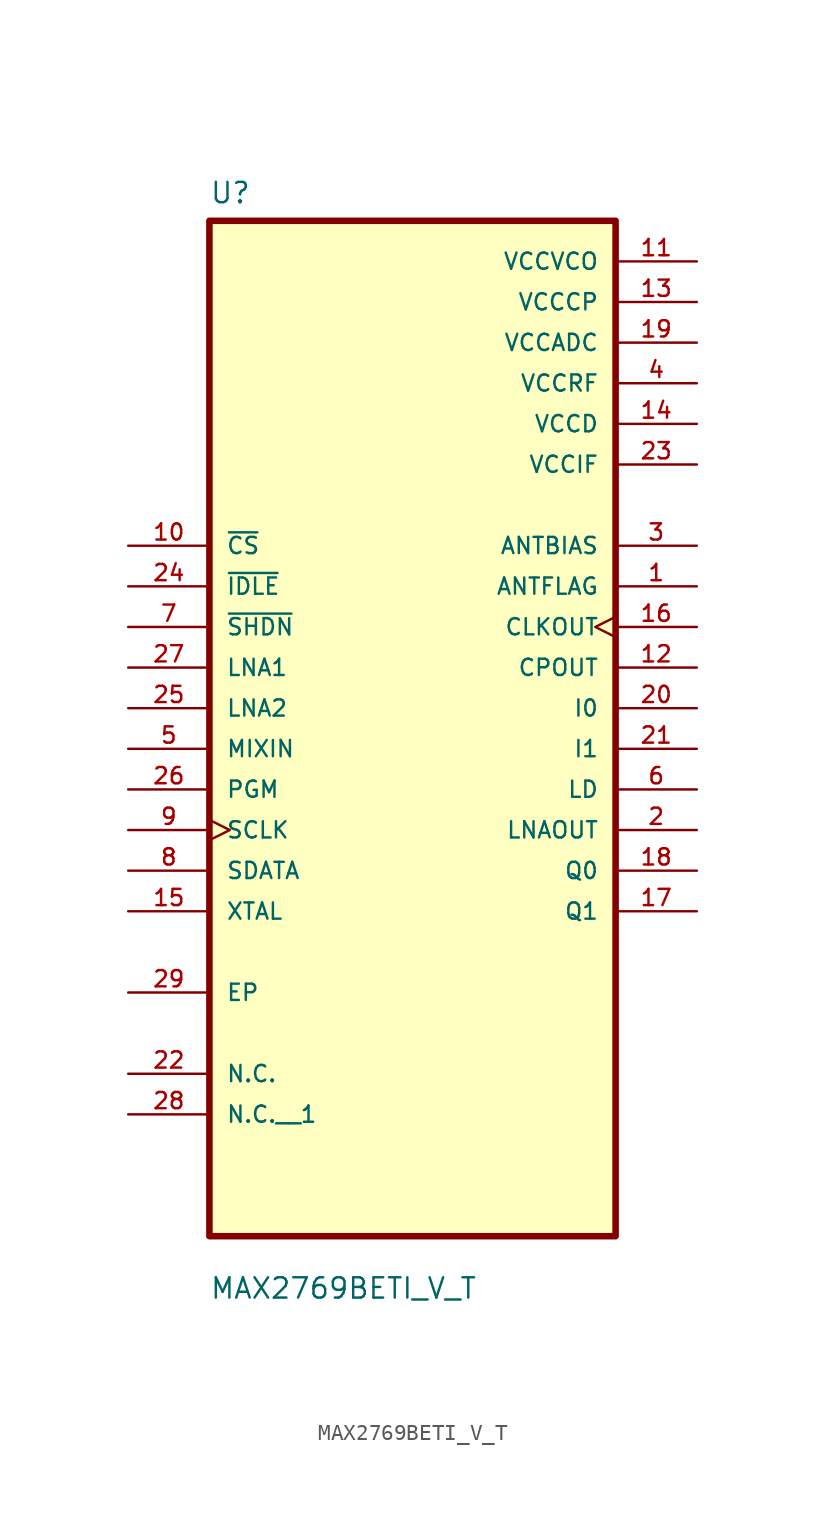
<source format=kicad_sym>
(kicad_symbol_lib
  (version 20211014)
  (generator kicad_symbol_editor)
  (symbol "MAX2769BETI_V_T"
    (pin_names
      (offset 1.016))
    (property "Reference" "U"
      (at -12.7 31.48 0.0)
      (effects (font (size 1.27 1.27)) (justify bottom left)))
    (property "Value" "MAX2769BETI_V_T"
      (at -12.7 -37.02 0.0)
      (effects (font (size 1.27 1.27)) (justify bottom left)))
    (symbol "MAX2769BETI_V_T_0_0"
      (rectangle (start -12.7 -33.02) (end 12.7 30.48) (stroke (width 0.41)) (fill (type background)))
      (pin input line (at -17.78 10.16 0) (length 5.08) (name "~{CS}" (effects (font (size 1.016 1.016)))) (number "10" (effects (font (size 1.016 1.016)))))
      (pin input line (at -17.78 7.62 0) (length 5.08) (name "~{IDLE}" (effects (font (size 1.016 1.016)))) (number "24" (effects (font (size 1.016 1.016)))))
      (pin input line (at -17.78 5.08 0) (length 5.08) (name "~{SHDN}" (effects (font (size 1.016 1.016)))) (number "7" (effects (font (size 1.016 1.016)))))
      (pin input line (at -17.78 2.54 0) (length 5.08) (name "LNA1" (effects (font (size 1.016 1.016)))) (number "27" (effects (font (size 1.016 1.016)))))
      (pin input line (at -17.78 -1.77636e-15 0) (length 5.08) (name "LNA2" (effects (font (size 1.016 1.016)))) (number "25" (effects (font (size 1.016 1.016)))))
      (pin input line (at -17.78 -2.54 0) (length 5.08) (name "MIXIN" (effects (font (size 1.016 1.016)))) (number "5" (effects (font (size 1.016 1.016)))))
      (pin input line (at -17.78 -5.08 0) (length 5.08) (name "PGM" (effects (font (size 1.016 1.016)))) (number "26" (effects (font (size 1.016 1.016)))))
      (pin input clock (at -17.78 -7.62 0) (length 5.08) (name "SCLK" (effects (font (size 1.016 1.016)))) (number "9" (effects (font (size 1.016 1.016)))))
      (pin input line (at -17.78 -10.16 0) (length 5.08) (name "SDATA" (effects (font (size 1.016 1.016)))) (number "8" (effects (font (size 1.016 1.016)))))
      (pin input line (at -17.78 -12.7 0) (length 5.08) (name "XTAL" (effects (font (size 1.016 1.016)))) (number "15" (effects (font (size 1.016 1.016)))))
      (pin bidirectional line (at -17.78 -17.78 0) (length 5.08) (name "EP" (effects (font (size 1.016 1.016)))) (number "29" (effects (font (size 1.016 1.016)))))
      (pin bidirectional line (at -17.78 -22.86 0) (length 5.08) (name "N.C." (effects (font (size 1.016 1.016)))) (number "22" (effects (font (size 1.016 1.016)))))
      (pin power_in line (at 17.78 27.94 180.0) (length 5.08) (name "VCCVCO" (effects (font (size 1.016 1.016)))) (number "11" (effects (font (size 1.016 1.016)))))
      (pin power_in line (at 17.78 25.4 180.0) (length 5.08) (name "VCCCP" (effects (font (size 1.016 1.016)))) (number "13" (effects (font (size 1.016 1.016)))))
      (pin power_in line (at 17.78 22.86 180.0) (length 5.08) (name "VCCADC" (effects (font (size 1.016 1.016)))) (number "19" (effects (font (size 1.016 1.016)))))
      (pin power_in line (at 17.78 20.32 180.0) (length 5.08) (name "VCCRF" (effects (font (size 1.016 1.016)))) (number "4" (effects (font (size 1.016 1.016)))))
      (pin power_in line (at 17.78 17.78 180.0) (length 5.08) (name "VCCD" (effects (font (size 1.016 1.016)))) (number "14" (effects (font (size 1.016 1.016)))))
      (pin power_in line (at 17.78 15.24 180.0) (length 5.08) (name "VCCIF" (effects (font (size 1.016 1.016)))) (number "23" (effects (font (size 1.016 1.016)))))
      (pin output line (at 17.78 10.16 180.0) (length 5.08) (name "ANTBIAS" (effects (font (size 1.016 1.016)))) (number "3" (effects (font (size 1.016 1.016)))))
      (pin output line (at 17.78 7.62 180.0) (length 5.08) (name "ANTFLAG" (effects (font (size 1.016 1.016)))) (number "1" (effects (font (size 1.016 1.016)))))
      (pin output clock (at 17.78 5.08 180.0) (length 5.08) (name "CLKOUT" (effects (font (size 1.016 1.016)))) (number "16" (effects (font (size 1.016 1.016)))))
      (pin output line (at 17.78 2.54 180.0) (length 5.08) (name "CPOUT" (effects (font (size 1.016 1.016)))) (number "12" (effects (font (size 1.016 1.016)))))
      (pin output line (at 17.78 5.32907e-15 180.0) (length 5.08) (name "I0" (effects (font (size 1.016 1.016)))) (number "20" (effects (font (size 1.016 1.016)))))
      (pin output line (at 17.78 -2.54 180.0) (length 5.08) (name "I1" (effects (font (size 1.016 1.016)))) (number "21" (effects (font (size 1.016 1.016)))))
      (pin output line (at 17.78 -5.08 180.0) (length 5.08) (name "LD" (effects (font (size 1.016 1.016)))) (number "6" (effects (font (size 1.016 1.016)))))
      (pin output line (at 17.78 -7.62 180.0) (length 5.08) (name "LNAOUT" (effects (font (size 1.016 1.016)))) (number "2" (effects (font (size 1.016 1.016)))))
      (pin output line (at 17.78 -10.16 180.0) (length 5.08) (name "Q0" (effects (font (size 1.016 1.016)))) (number "18" (effects (font (size 1.016 1.016)))))
      (pin output line (at 17.78 -12.7 180.0) (length 5.08) (name "Q1" (effects (font (size 1.016 1.016)))) (number "17" (effects (font (size 1.016 1.016)))))
      (pin bidirectional line (at -17.78 -25.4 0) (length 5.08) (name "N.C.__1" (effects (font (size 1.016 1.016)))) (number "28" (effects (font (size 1.016 1.016))))))))
</source>
